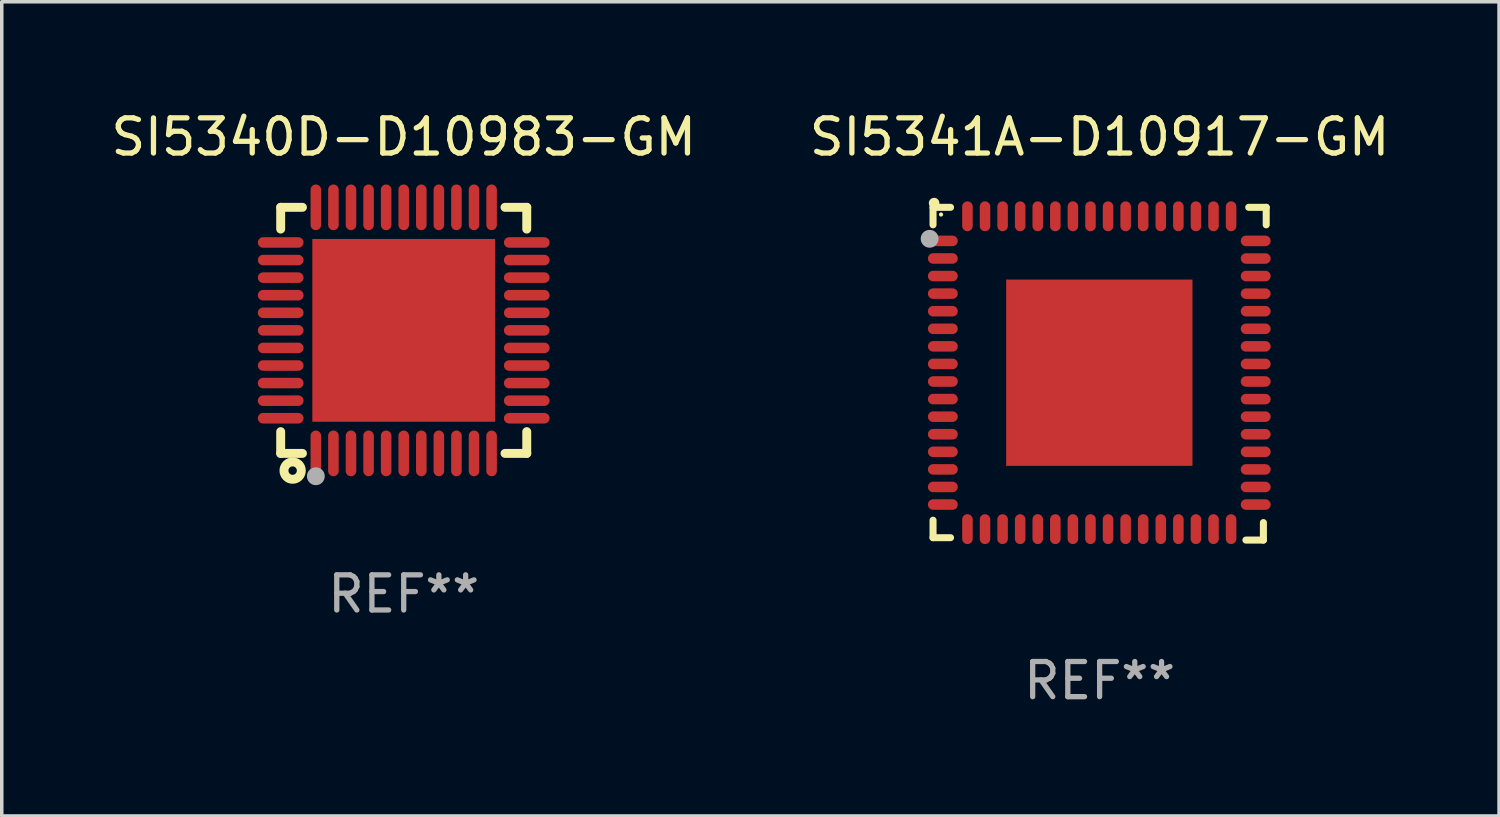
<source format=kicad_pcb>
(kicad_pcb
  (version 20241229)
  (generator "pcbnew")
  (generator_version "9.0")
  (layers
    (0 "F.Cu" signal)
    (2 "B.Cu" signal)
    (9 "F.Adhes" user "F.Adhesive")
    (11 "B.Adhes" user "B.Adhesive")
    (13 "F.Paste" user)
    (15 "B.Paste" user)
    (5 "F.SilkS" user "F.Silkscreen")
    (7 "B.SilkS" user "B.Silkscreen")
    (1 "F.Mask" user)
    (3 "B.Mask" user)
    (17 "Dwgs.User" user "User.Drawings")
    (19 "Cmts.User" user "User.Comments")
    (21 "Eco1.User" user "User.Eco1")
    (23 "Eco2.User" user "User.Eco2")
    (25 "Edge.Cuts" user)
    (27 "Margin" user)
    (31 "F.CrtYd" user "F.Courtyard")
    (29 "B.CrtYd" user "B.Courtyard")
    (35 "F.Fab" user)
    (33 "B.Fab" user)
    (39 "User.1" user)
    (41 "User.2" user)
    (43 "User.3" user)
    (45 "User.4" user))
  (footprint "SI5340D-D10983-GM"
    (layer "F.Cu")
    (at 8.435 6.348)
    (property "Reference" "SI5340D-D10983-GM" (at 0 -5.5 0) (layer "F.SilkS") (effects (font (size 1 1) (thickness 0.15))))
    (attr through_hole)
    (fp_line (start -3.5 -3.5) (end -2.881 -3.5) (stroke (width 0.254) (type solid)) (layer "F.SilkS"))
    (fp_line (start -3.5 -2.881) (end -3.5 -3.5) (stroke (width 0.254) (type solid)) (layer "F.SilkS"))
    (fp_line (start -3.5 3.5) (end -3.5 2.881) (stroke (width 0.254) (type solid)) (layer "F.SilkS"))
    (fp_line (start -2.881 3.5) (end -3.5 3.5) (stroke (width 0.254) (type solid)) (layer "F.SilkS"))
    (fp_line (start 2.881 -3.5) (end 3.5 -3.5) (stroke (width 0.254) (type solid)) (layer "F.SilkS"))
    (fp_line (start 3.5 -3.5) (end 3.5 -2.881) (stroke (width 0.254) (type solid)) (layer "F.SilkS"))
    (fp_line (start 3.5 2.881) (end 3.5 3.5) (stroke (width 0.254) (type solid)) (layer "F.SilkS"))
    (fp_line (start 3.5 3.5) (end 2.881 3.5) (stroke (width 0.254) (type solid)) (layer "F.SilkS"))
    (fp_circle (center -3.5 3.5) (end -3.47 3.5) (stroke (width 0.06) (type solid)) (fill no) (layer "F.SilkS"))
    (fp_circle (center -3.16 3.99) (end -3.04 3.99) (stroke (width 0.254) (type solid)) (fill no) (layer "F.SilkS"))
    (fp_circle (center -2.5 4.15) (end -2.373 4.15) (stroke (width 0.254) (type solid)) (fill no) (layer "F.Fab"))
    (fp_text user "REF**" (at 0 7.5 0) (layer "F.Fab") (effects (font (size 1 1) (thickness 0.15))))
    (pad "1" smd oval (at -2.5 3.5 90) (size 1.3 0.3) (layers "F.Cu" "F.Mask" "F.Paste"))
    (pad "2" smd oval (at -2 3.5 90) (size 1.3 0.3) (layers "F.Cu" "F.Mask" "F.Paste"))
    (pad "3" smd oval (at -1.5 3.5 90) (size 1.3 0.3) (layers "F.Cu" "F.Mask" "F.Paste"))
    (pad "4" smd oval (at -1 3.5 90) (size 1.3 0.3) (layers "F.Cu" "F.Mask" "F.Paste"))
    (pad "5" smd oval (at -0.5 3.5 90) (size 1.3 0.3) (layers "F.Cu" "F.Mask" "F.Paste"))
    (pad "6" smd oval (at -0.000127 3.5 90) (size 1.3 0.3) (layers "F.Cu" "F.Mask" "F.Paste"))
    (pad "7" smd oval (at 0.5 3.5 90) (size 1.3 0.3) (layers "F.Cu" "F.Mask" "F.Paste"))
    (pad "8" smd oval (at 1 3.5 90) (size 1.3 0.3) (layers "F.Cu" "F.Mask" "F.Paste"))
    (pad "9" smd oval (at 1.5 3.5 90) (size 1.3 0.3) (layers "F.Cu" "F.Mask" "F.Paste"))
    (pad "10" smd oval (at 2 3.5 90) (size 1.3 0.3) (layers "F.Cu" "F.Mask" "F.Paste"))
    (pad "11" smd oval (at 2.5 3.5 90) (size 1.3 0.3) (layers "F.Cu" "F.Mask" "F.Paste"))
    (pad "12" smd oval (at 3.5 2.5 90) (size 0.3 1.3) (layers "F.Cu" "F.Mask" "F.Paste"))
    (pad "13" smd oval (at 3.5 2 90) (size 0.3 1.3) (layers "F.Cu" "F.Mask" "F.Paste"))
    (pad "14" smd oval (at 3.5 1.5 90) (size 0.3 1.3) (layers "F.Cu" "F.Mask" "F.Paste"))
    (pad "15" smd oval (at 3.5 1 90) (size 0.3 1.3) (layers "F.Cu" "F.Mask" "F.Paste"))
    (pad "16" smd oval (at 3.5 0.5 90) (size 0.3 1.3) (layers "F.Cu" "F.Mask" "F.Paste"))
    (pad "17" smd oval (at 3.5 0.000127 90) (size 0.3 1.3) (layers "F.Cu" "F.Mask" "F.Paste"))
    (pad "18" smd oval (at 3.5 -0.5 90) (size 0.3 1.3) (layers "F.Cu" "F.Mask" "F.Paste"))
    (pad "19" smd oval (at 3.5 -1 90) (size 0.3 1.3) (layers "F.Cu" "F.Mask" "F.Paste"))
    (pad "20" smd oval (at 3.5 -1.5 90) (size 0.3 1.3) (layers "F.Cu" "F.Mask" "F.Paste"))
    (pad "21" smd oval (at 3.5 -2 90) (size 0.3 1.3) (layers "F.Cu" "F.Mask" "F.Paste"))
    (pad "22" smd oval (at 3.5 -2.5 90) (size 0.3 1.3) (layers "F.Cu" "F.Mask" "F.Paste"))
    (pad "23" smd oval (at 2.5 -3.5 90) (size 1.3 0.3) (layers "F.Cu" "F.Mask" "F.Paste"))
    (pad "24" smd oval (at 2 -3.5 90) (size 1.3 0.3) (layers "F.Cu" "F.Mask" "F.Paste"))
    (pad "25" smd oval (at 1.5 -3.5 90) (size 1.3 0.3) (layers "F.Cu" "F.Mask" "F.Paste"))
    (pad "26" smd oval (at 1 -3.5 90) (size 1.3 0.3) (layers "F.Cu" "F.Mask" "F.Paste"))
    (pad "27" smd oval (at 0.5 -3.5 90) (size 1.3 0.3) (layers "F.Cu" "F.Mask" "F.Paste"))
    (pad "28" smd oval (at -0.000127 -3.5 90) (size 1.3 0.3) (layers "F.Cu" "F.Mask" "F.Paste"))
    (pad "29" smd oval (at -0.5 -3.5 90) (size 1.3 0.3) (layers "F.Cu" "F.Mask" "F.Paste"))
    (pad "30" smd oval (at -1 -3.5 90) (size 1.3 0.3) (layers "F.Cu" "F.Mask" "F.Paste"))
    (pad "31" smd oval (at -1.5 -3.5 90) (size 1.3 0.3) (layers "F.Cu" "F.Mask" "F.Paste"))
    (pad "32" smd oval (at -2 -3.5 90) (size 1.3 0.3) (layers "F.Cu" "F.Mask" "F.Paste"))
    (pad "33" smd oval (at -2.5 -3.5 90) (size 1.3 0.3) (layers "F.Cu" "F.Mask" "F.Paste"))
    (pad "34" smd oval (at -3.5 -2.5 90) (size 0.3 1.3) (layers "F.Cu" "F.Mask" "F.Paste"))
    (pad "35" smd oval (at -3.5 -2 90) (size 0.3 1.3) (layers "F.Cu" "F.Mask" "F.Paste"))
    (pad "36" smd oval (at -3.5 -1.5 90) (size 0.3 1.3) (layers "F.Cu" "F.Mask" "F.Paste"))
    (pad "37" smd oval (at -3.5 -1 90) (size 0.3 1.3) (layers "F.Cu" "F.Mask" "F.Paste"))
    (pad "38" smd oval (at -3.5 -0.5 90) (size 0.3 1.3) (layers "F.Cu" "F.Mask" "F.Paste"))
    (pad "39" smd oval (at -3.5 0.000127 90) (size 0.3 1.3) (layers "F.Cu" "F.Mask" "F.Paste"))
    (pad "40" smd oval (at -3.5 0.5 90) (size 0.3 1.3) (layers "F.Cu" "F.Mask" "F.Paste"))
    (pad "41" smd oval (at -3.5 1 90) (size 0.3 1.3) (layers "F.Cu" "F.Mask" "F.Paste"))
    (pad "42" smd oval (at -3.5 1.5 90) (size 0.3 1.3) (layers "F.Cu" "F.Mask" "F.Paste"))
    (pad "43" smd oval (at -3.5 2 90) (size 0.3 1.3) (layers "F.Cu" "F.Mask" "F.Paste"))
    (pad "44" smd oval (at -3.5 2.5 90) (size 0.3 1.3) (layers "F.Cu" "F.Mask" "F.Paste"))
    (pad "45" smd rect (at -0.000127 0.000127 90) (size 5.2 5.2) (layers "F.Cu" "F.Mask" "F.Paste")))
  (footprint "SI5341A-D10917-GM"
    (layer "F.Cu")
    (at 28.232 7.581)
    (property "Reference" "SI5341A-D10917-GM" (at 0 -6.733 0) (layer "F.SilkS") (effects (font (size 1 1) (thickness 0.15))))
    (attr through_hole)
    (fp_line (start -4.739 -4.733) (end -4.241 -4.733) (stroke (width 0.2) (type solid)) (layer "F.SilkS"))
    (fp_line (start -4.739 -4.235) (end -4.739 -4.733) (stroke (width 0.2) (type solid)) (layer "F.SilkS"))
    (fp_line (start -4.739 4.168) (end -4.739 4.665) (stroke (width 0.2) (type solid)) (layer "F.SilkS"))
    (fp_line (start -4.739 4.665) (end -4.241 4.665) (stroke (width 0.2) (type solid)) (layer "F.SilkS"))
    (fp_line (start 4.161 4.733) (end 4.659 4.733) (stroke (width 0.2) (type solid)) (layer "F.SilkS"))
    (fp_line (start 4.241 -4.733) (end 4.739 -4.733) (stroke (width 0.2) (type solid)) (layer "F.SilkS"))
    (fp_line (start 4.659 4.733) (end 4.659 4.235) (stroke (width 0.2) (type solid)) (layer "F.SilkS"))
    (fp_line (start 4.739 -4.733) (end 4.739 -4.235) (stroke (width 0.2) (type solid)) (layer "F.SilkS"))
    (fp_arc (start -4.708623 -4.85108) (mid -4.708628 -4.85235) (end -4.708623 -4.85362) (stroke (width 0.3) (type solid)) (layer "F.SilkS"))
    (fp_circle (center -4.511 -4.529) (end -4.481 -4.529) (stroke (width 0.06) (type solid)) (fill no) (layer "F.SilkS"))
    (fp_circle (center -4.836 -3.838) (end -4.709 -3.838) (stroke (width 0.254) (type solid)) (fill no) (layer "F.Fab"))
    (fp_text user "REF**" (at 0 8.733 0) (layer "F.Fab") (effects (font (size 1 1) (thickness 0.15))))
    (pad "1" smd oval (at -4.46 -3.778) (size 0.85 0.3) (layers "F.Cu" "F.Mask" "F.Paste"))
    (pad "2" smd oval (at -4.46 -3.278) (size 0.85 0.3) (layers "F.Cu" "F.Mask" "F.Paste"))
    (pad "3" smd oval (at -4.46 -2.778) (size 0.85 0.3) (layers "F.Cu" "F.Mask" "F.Paste"))
    (pad "4" smd oval (at -4.46 -2.278) (size 0.85 0.3) (layers "F.Cu" "F.Mask" "F.Paste"))
    (pad "5" smd oval (at -4.46 -1.778) (size 0.85 0.3) (layers "F.Cu" "F.Mask" "F.Paste"))
    (pad "6" smd oval (at -4.46 -1.278) (size 0.85 0.3) (layers "F.Cu" "F.Mask" "F.Paste"))
    (pad "7" smd oval (at -4.46 -0.778) (size 0.85 0.3) (layers "F.Cu" "F.Mask" "F.Paste"))
    (pad "8" smd oval (at -4.46 -0.278) (size 0.85 0.3) (layers "F.Cu" "F.Mask" "F.Paste"))
    (pad "9" smd oval (at -4.46 0.222) (size 0.85 0.3) (layers "F.Cu" "F.Mask" "F.Paste"))
    (pad "10" smd oval (at -4.46 0.722) (size 0.85 0.3) (layers "F.Cu" "F.Mask" "F.Paste"))
    (pad "11" smd oval (at -4.46 1.222) (size 0.85 0.3) (layers "F.Cu" "F.Mask" "F.Paste"))
    (pad "12" smd oval (at -4.46 1.722) (size 0.85 0.3) (layers "F.Cu" "F.Mask" "F.Paste"))
    (pad "13" smd oval (at -4.46 2.222) (size 0.85 0.3) (layers "F.Cu" "F.Mask" "F.Paste"))
    (pad "14" smd oval (at -4.46 2.722) (size 0.85 0.3) (layers "F.Cu" "F.Mask" "F.Paste"))
    (pad "15" smd oval (at -4.46 3.222) (size 0.85 0.3) (layers "F.Cu" "F.Mask" "F.Paste"))
    (pad "16" smd oval (at -4.46 3.722) (size 0.85 0.3) (layers "F.Cu" "F.Mask" "F.Paste"))
    (pad "17" smd oval (at -3.76 4.422) (size 0.3 0.85) (layers "F.Cu" "F.Mask" "F.Paste"))
    (pad "18" smd oval (at -3.26 4.422) (size 0.3 0.85) (layers "F.Cu" "F.Mask" "F.Paste"))
    (pad "19" smd oval (at -2.76 4.422) (size 0.3 0.85) (layers "F.Cu" "F.Mask" "F.Paste"))
    (pad "20" smd oval (at -2.26 4.422) (size 0.3 0.85) (layers "F.Cu" "F.Mask" "F.Paste"))
    (pad "21" smd oval (at -1.76 4.422) (size 0.3 0.85) (layers "F.Cu" "F.Mask" "F.Paste"))
    (pad "22" smd oval (at -1.26 4.422) (size 0.3 0.85) (layers "F.Cu" "F.Mask" "F.Paste"))
    (pad "23" smd oval (at -0.76 4.422) (size 0.3 0.85) (layers "F.Cu" "F.Mask" "F.Paste"))
    (pad "24" smd oval (at -0.26 4.422) (size 0.3 0.85) (layers "F.Cu" "F.Mask" "F.Paste"))
    (pad "25" smd oval (at 0.24 4.422) (size 0.3 0.85) (layers "F.Cu" "F.Mask" "F.Paste"))
    (pad "26" smd oval (at 0.74 4.422) (size 0.3 0.85) (layers "F.Cu" "F.Mask" "F.Paste"))
    (pad "27" smd oval (at 1.24 4.422) (size 0.3 0.85) (layers "F.Cu" "F.Mask" "F.Paste"))
    (pad "28" smd oval (at 1.74 4.422) (size 0.3 0.85) (layers "F.Cu" "F.Mask" "F.Paste"))
    (pad "29" smd oval (at 2.24 4.422) (size 0.3 0.85) (layers "F.Cu" "F.Mask" "F.Paste"))
    (pad "30" smd oval (at 2.74 4.422) (size 0.3 0.85) (layers "F.Cu" "F.Mask" "F.Paste"))
    (pad "31" smd oval (at 3.24 4.422) (size 0.3 0.85) (layers "F.Cu" "F.Mask" "F.Paste"))
    (pad "32" smd oval (at 3.74 4.422) (size 0.3 0.85) (layers "F.Cu" "F.Mask" "F.Paste"))
    (pad "33" smd oval (at 4.44 3.723) (size 0.85 0.3) (layers "F.Cu" "F.Mask" "F.Paste"))
    (pad "34" smd oval (at 4.44 3.222) (size 0.85 0.3) (layers "F.Cu" "F.Mask" "F.Paste"))
    (pad "35" smd oval (at 4.44 2.723) (size 0.85 0.3) (layers "F.Cu" "F.Mask" "F.Paste"))
    (pad "36" smd oval (at 4.44 2.222) (size 0.85 0.3) (layers "F.Cu" "F.Mask" "F.Paste"))
    (pad "37" smd oval (at 4.44 1.723) (size 0.85 0.3) (layers "F.Cu" "F.Mask" "F.Paste"))
    (pad "38" smd oval (at 4.44 1.222) (size 0.85 0.3) (layers "F.Cu" "F.Mask" "F.Paste"))
    (pad "39" smd oval (at 4.44 0.723) (size 0.85 0.3) (layers "F.Cu" "F.Mask" "F.Paste"))
    (pad "40" smd oval (at 4.44 0.222) (size 0.85 0.3) (layers "F.Cu" "F.Mask" "F.Paste"))
    (pad "41" smd oval (at 4.44 -0.277) (size 0.85 0.3) (layers "F.Cu" "F.Mask" "F.Paste"))
    (pad "42" smd oval (at 4.44 -0.778) (size 0.85 0.3) (layers "F.Cu" "F.Mask" "F.Paste"))
    (pad "43" smd oval (at 4.44 -1.277) (size 0.85 0.3) (layers "F.Cu" "F.Mask" "F.Paste"))
    (pad "44" smd oval (at 4.44 -1.778) (size 0.85 0.3) (layers "F.Cu" "F.Mask" "F.Paste"))
    (pad "45" smd oval (at 4.44 -2.277) (size 0.85 0.3) (layers "F.Cu" "F.Mask" "F.Paste"))
    (pad "46" smd oval (at 4.44 -2.778) (size 0.85 0.3) (layers "F.Cu" "F.Mask" "F.Paste"))
    (pad "47" smd oval (at 4.44 -3.277) (size 0.85 0.3) (layers "F.Cu" "F.Mask" "F.Paste"))
    (pad "48" smd oval (at 4.44 -3.778) (size 0.85 0.3) (layers "F.Cu" "F.Mask" "F.Paste"))
    (pad "49" smd oval (at 3.74 -4.478) (size 0.3 0.85) (layers "F.Cu" "F.Mask" "F.Paste"))
    (pad "50" smd oval (at 3.24 -4.478) (size 0.3 0.85) (layers "F.Cu" "F.Mask" "F.Paste"))
    (pad "51" smd oval (at 2.74 -4.478) (size 0.3 0.85) (layers "F.Cu" "F.Mask" "F.Paste"))
    (pad "52" smd oval (at 2.24 -4.478) (size 0.3 0.85) (layers "F.Cu" "F.Mask" "F.Paste"))
    (pad "53" smd oval (at 1.74 -4.478) (size 0.3 0.85) (layers "F.Cu" "F.Mask" "F.Paste"))
    (pad "54" smd oval (at 1.24 -4.478) (size 0.3 0.85) (layers "F.Cu" "F.Mask" "F.Paste"))
    (pad "55" smd oval (at 0.74 -4.478) (size 0.3 0.85) (layers "F.Cu" "F.Mask" "F.Paste"))
    (pad "56" smd oval (at 0.24 -4.478) (size 0.3 0.85) (layers "F.Cu" "F.Mask" "F.Paste"))
    (pad "57" smd oval (at -0.26 -4.478) (size 0.3 0.85) (layers "F.Cu" "F.Mask" "F.Paste"))
    (pad "58" smd oval (at -0.76 -4.478) (size 0.3 0.85) (layers "F.Cu" "F.Mask" "F.Paste"))
    (pad "59" smd oval (at -1.26 -4.478) (size 0.3 0.85) (layers "F.Cu" "F.Mask" "F.Paste"))
    (pad "60" smd oval (at -1.76 -4.478) (size 0.3 0.85) (layers "F.Cu" "F.Mask" "F.Paste"))
    (pad "61" smd oval (at -2.26 -4.478) (size 0.3 0.85) (layers "F.Cu" "F.Mask" "F.Paste"))
    (pad "62" smd oval (at -2.76 -4.478) (size 0.3 0.85) (layers "F.Cu" "F.Mask" "F.Paste"))
    (pad "63" smd oval (at -3.26 -4.478) (size 0.3 0.85) (layers "F.Cu" "F.Mask" "F.Paste"))
    (pad "64" smd oval (at -3.76 -4.478) (size 0.3 0.85) (layers "F.Cu" "F.Mask" "F.Paste"))
    (pad "65" smd rect (at -0.009 -0.028 90) (size 5.3 5.3) (layers "F.Cu" "F.Mask" "F.Paste")))
  (gr_rect
    (start -3 -3)
    (end 39.595 20.162)
    (stroke (width 0.1) (type default))
    (fill no)
    (layer "Edge.Cuts")))
</source>
